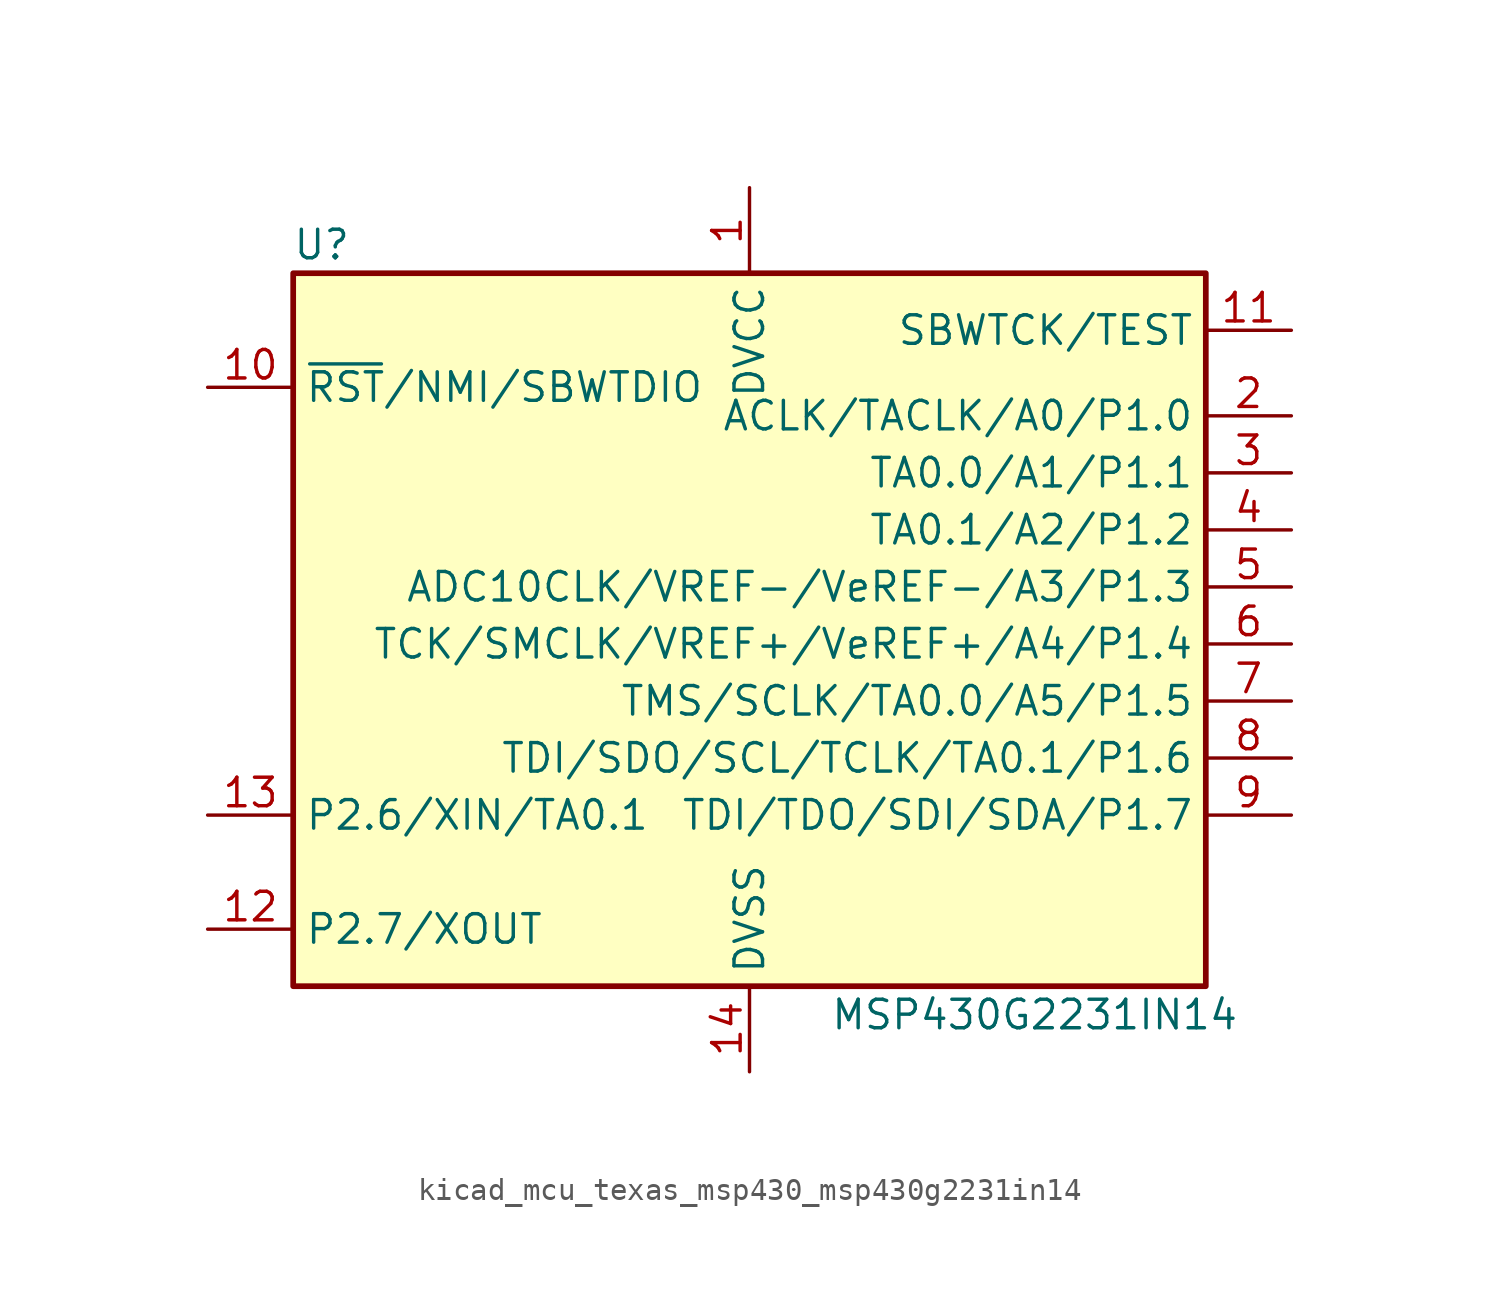
<source format=kicad_sym>
(kicad_symbol_lib
  (version 20220914)
  (generator kicad_symbol_editor)
  (symbol "kicad_mcu_texas_msp430_msp430g2231in14"
    (property "Reference" "U"
      (at -19.05 17.78 0)
      (effects (font (size 1.27 1.27))))
    (property "Value" "MSP430G2231IN14"
      (at 12.7 -16.51 0)
      (effects (font (size 1.27 1.27))))
    (symbol "kicad_mcu_texas_msp430_msp430g2231in14_0_1"
      (rectangle (start -20.32 16.51) (end 20.32 -15.24) (stroke (width 0.254) (type default)) (fill (type background))))
    (symbol "kicad_mcu_texas_msp430_msp430g2231in14_1_1"
      (pin power_in line (at 0 20.32 270) (length 3.81) (name "DVCC" (effects (font (size 1.27 1.27)))) (number "1" (effects (font (size 1.27 1.27)))))
      (pin input line (at -24.13 11.43 0) (length 3.81) (name "~{RST}/NMI/SBWTDIO" (effects (font (size 1.27 1.27)))) (number "10" (effects (font (size 1.27 1.27)))))
      (pin input line (at 24.13 13.97 180) (length 3.81) (name "SBWTCK/TEST" (effects (font (size 1.27 1.27)))) (number "11" (effects (font (size 1.27 1.27)))))
      (pin bidirectional line (at -24.13 -12.7 0) (length 3.81) (name "P2.7/XOUT" (effects (font (size 1.27 1.27)))) (number "12" (effects (font (size 1.27 1.27)))))
      (pin bidirectional line (at -24.13 -7.62 0) (length 3.81) (name "P2.6/XIN/TA0.1" (effects (font (size 1.27 1.27)))) (number "13" (effects (font (size 1.27 1.27)))))
      (pin power_in line (at 0 -19.05 90) (length 3.81) (name "DVSS" (effects (font (size 1.27 1.27)))) (number "14" (effects (font (size 1.27 1.27)))))
      (pin bidirectional line (at 24.13 10.16 180) (length 3.81) (name "ACLK/TACLK/A0/P1.0" (effects (font (size 1.27 1.27)))) (number "2" (effects (font (size 1.27 1.27)))))
      (pin bidirectional line (at 24.13 7.62 180) (length 3.81) (name "TA0.0/A1/P1.1" (effects (font (size 1.27 1.27)))) (number "3" (effects (font (size 1.27 1.27)))))
      (pin bidirectional line (at 24.13 5.08 180) (length 3.81) (name "TA0.1/A2/P1.2" (effects (font (size 1.27 1.27)))) (number "4" (effects (font (size 1.27 1.27)))))
      (pin bidirectional line (at 24.13 2.54 180) (length 3.81) (name "ADC10CLK/VREF-/VeREF-/A3/P1.3" (effects (font (size 1.27 1.27)))) (number "5" (effects (font (size 1.27 1.27)))))
      (pin bidirectional line (at 24.13 0 180) (length 3.81) (name "TCK/SMCLK/VREF+/VeREF+/A4/P1.4" (effects (font (size 1.27 1.27)))) (number "6" (effects (font (size 1.27 1.27)))))
      (pin bidirectional line (at 24.13 -2.54 180) (length 3.81) (name "TMS/SCLK/TA0.0/A5/P1.5" (effects (font (size 1.27 1.27)))) (number "7" (effects (font (size 1.27 1.27)))))
      (pin bidirectional line (at 24.13 -5.08 180) (length 3.81) (name "TDI/SDO/SCL/TCLK/TA0.1/P1.6" (effects (font (size 1.27 1.27)))) (number "8" (effects (font (size 1.27 1.27)))))
      (pin bidirectional line (at 24.13 -7.62 180) (length 3.81) (name "TDI/TDO/SDI/SDA/P1.7" (effects (font (size 1.27 1.27)))) (number "9" (effects (font (size 1.27 1.27))))))))
</source>
